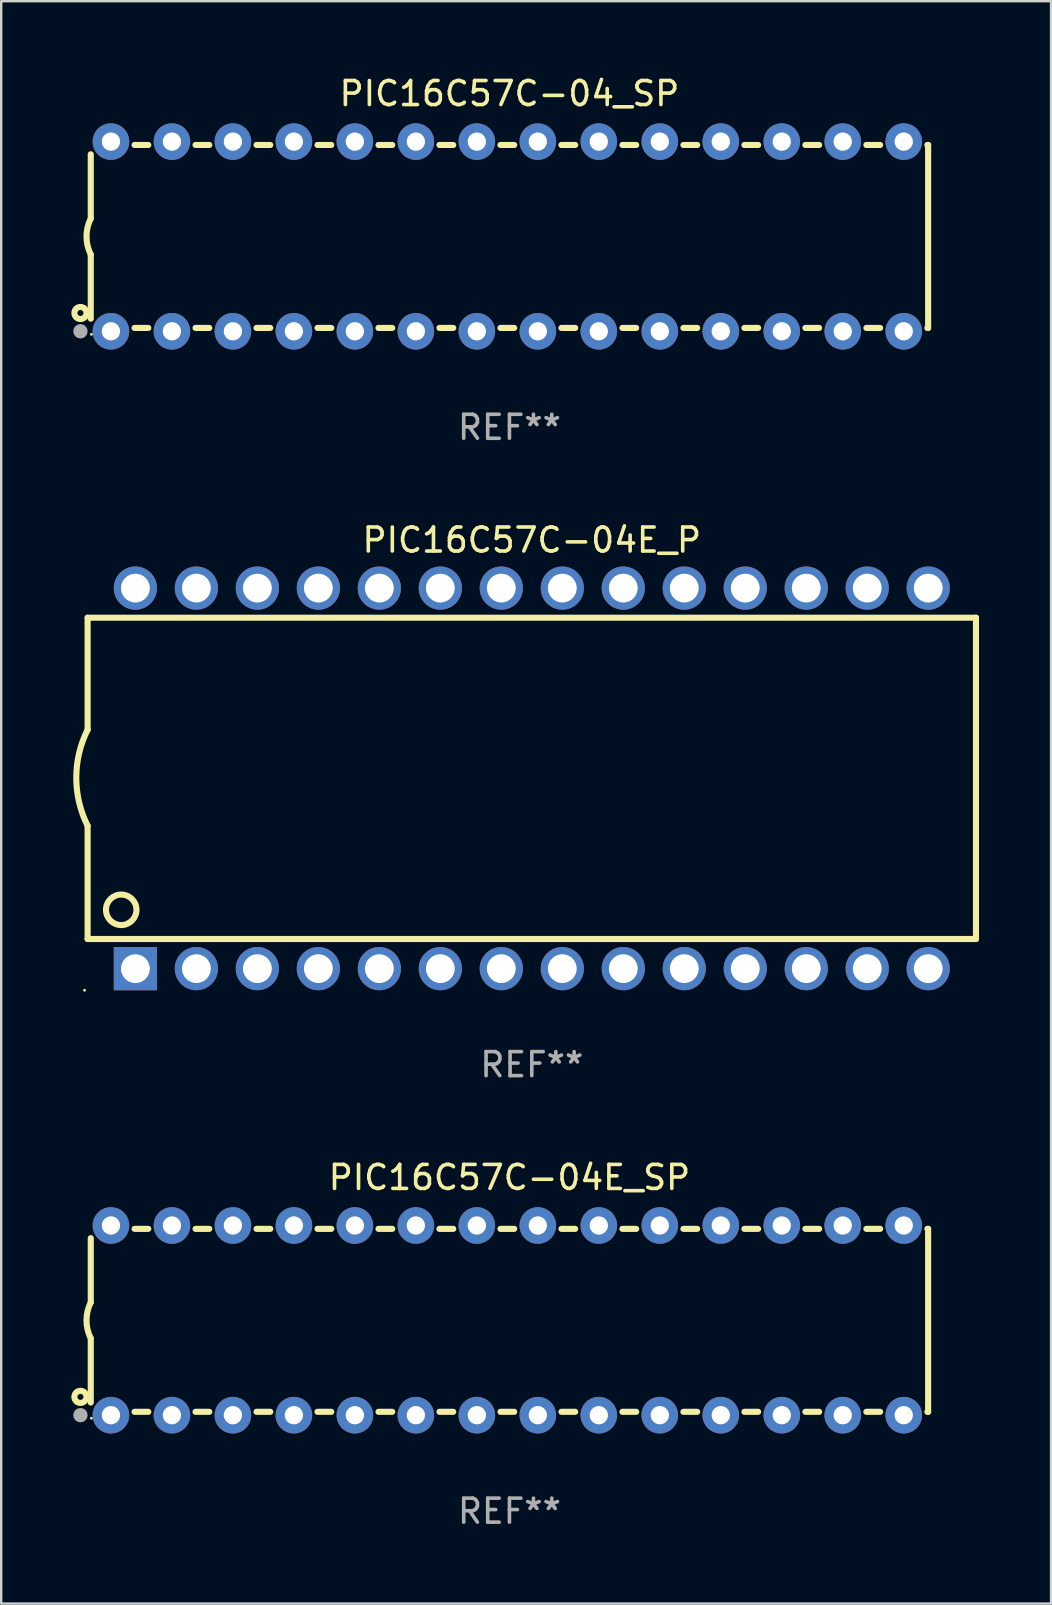
<source format=kicad_pcb>
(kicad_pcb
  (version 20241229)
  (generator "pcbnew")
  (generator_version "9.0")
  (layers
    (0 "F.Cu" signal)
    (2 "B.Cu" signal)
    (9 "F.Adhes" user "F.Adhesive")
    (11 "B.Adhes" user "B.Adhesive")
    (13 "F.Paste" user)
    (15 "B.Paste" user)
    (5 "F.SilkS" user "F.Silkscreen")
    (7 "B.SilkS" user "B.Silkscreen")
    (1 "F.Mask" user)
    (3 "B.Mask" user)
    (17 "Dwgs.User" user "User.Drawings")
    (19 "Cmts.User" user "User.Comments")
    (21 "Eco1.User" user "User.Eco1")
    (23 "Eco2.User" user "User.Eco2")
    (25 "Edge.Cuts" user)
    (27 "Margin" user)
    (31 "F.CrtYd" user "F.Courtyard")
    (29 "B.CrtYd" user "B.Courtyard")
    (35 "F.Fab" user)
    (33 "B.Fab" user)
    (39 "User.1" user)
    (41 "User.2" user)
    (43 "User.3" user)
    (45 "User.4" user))
  (footprint "PIC16C57C-04E_SP"
    (layer "F.Cu")
    (at 18.168 51.941)
    (property "Reference" "PIC16C57C-04E_SP" (at 0 -5.95 0) (layer "F.SilkS") (effects (font (size 1 1) (thickness 0.15))))
    (attr through_hole)
    (fp_line (start -17.438 0.75) (end -17.438 3.423) (stroke (width 0.254) (type solid)) (layer "F.SilkS"))
    (fp_line (start -17.438 -3.423) (end -17.438 -0.75) (stroke (width 0.254) (type solid)) (layer "F.SilkS"))
    (fp_line (start -15.615 3.81) (end -15.041 3.81) (stroke (width 0.254) (type solid)) (layer "F.SilkS"))
    (fp_line (start -15.041 -3.81) (end -15.614 -3.81) (stroke (width 0.254) (type solid)) (layer "F.SilkS"))
    (fp_line (start -13.075 3.81) (end -12.501 3.81) (stroke (width 0.254) (type solid)) (layer "F.SilkS"))
    (fp_line (start -12.501 -3.81) (end -13.074 -3.81) (stroke (width 0.254) (type solid)) (layer "F.SilkS"))
    (fp_line (start -10.535 3.81) (end -9.961 3.81) (stroke (width 0.254) (type solid)) (layer "F.SilkS"))
    (fp_line (start -9.961 -3.81) (end -10.534 -3.81) (stroke (width 0.254) (type solid)) (layer "F.SilkS"))
    (fp_line (start -7.995 3.81) (end -7.421 3.81) (stroke (width 0.254) (type solid)) (layer "F.SilkS"))
    (fp_line (start -7.421 -3.81) (end -7.995 -3.81) (stroke (width 0.254) (type solid)) (layer "F.SilkS"))
    (fp_line (start -5.455 3.81) (end -4.881 3.81) (stroke (width 0.254) (type solid)) (layer "F.SilkS"))
    (fp_line (start -4.881 -3.81) (end -5.455 -3.81) (stroke (width 0.254) (type solid)) (layer "F.SilkS"))
    (fp_line (start -2.915 3.81) (end -2.341 3.81) (stroke (width 0.254) (type solid)) (layer "F.SilkS"))
    (fp_line (start -2.341 -3.81) (end -2.915 -3.81) (stroke (width 0.254) (type solid)) (layer "F.SilkS"))
    (fp_line (start -0.375 3.81) (end 0.199 3.81) (stroke (width 0.254) (type solid)) (layer "F.SilkS"))
    (fp_line (start 0.199 -3.81) (end -0.375 -3.81) (stroke (width 0.254) (type solid)) (layer "F.SilkS"))
    (fp_line (start 2.165 3.81) (end 2.739 3.81) (stroke (width 0.254) (type solid)) (layer "F.SilkS"))
    (fp_line (start 2.739 -3.81) (end 2.165 -3.81) (stroke (width 0.254) (type solid)) (layer "F.SilkS"))
    (fp_line (start 4.705 3.81) (end 5.279 3.81) (stroke (width 0.254) (type solid)) (layer "F.SilkS"))
    (fp_line (start 5.279 -3.81) (end 4.705 -3.81) (stroke (width 0.254) (type solid)) (layer "F.SilkS"))
    (fp_line (start 7.245 3.81) (end 7.819 3.81) (stroke (width 0.254) (type solid)) (layer "F.SilkS"))
    (fp_line (start 7.819 -3.81) (end 7.245 -3.81) (stroke (width 0.254) (type solid)) (layer "F.SilkS"))
    (fp_line (start 9.785 3.81) (end 10.359 3.81) (stroke (width 0.254) (type solid)) (layer "F.SilkS"))
    (fp_line (start 10.359 -3.81) (end 9.785 -3.81) (stroke (width 0.254) (type solid)) (layer "F.SilkS"))
    (fp_line (start 12.325 3.81) (end 12.899 3.81) (stroke (width 0.254) (type solid)) (layer "F.SilkS"))
    (fp_line (start 12.899 -3.81) (end 12.325 -3.81) (stroke (width 0.254) (type solid)) (layer "F.SilkS"))
    (fp_line (start 14.865 3.81) (end 15.439 3.81) (stroke (width 0.254) (type solid)) (layer "F.SilkS"))
    (fp_line (start 15.439 -3.81) (end 14.865 -3.81) (stroke (width 0.254) (type solid)) (layer "F.SilkS"))
    (fp_line (start 17.405 3.81) (end 17.438 3.81) (stroke (width 0.254) (type solid)) (layer "F.SilkS"))
    (fp_line (start 17.438 -3.81) (end 17.405 -3.81) (stroke (width 0.254) (type solid)) (layer "F.SilkS"))
    (fp_line (start 17.438 -3.556) (end 17.438 -3.81) (stroke (width 0.254) (type solid)) (layer "F.SilkS"))
    (fp_line (start 17.438 3.81) (end 17.438 -3.556) (stroke (width 0.254) (type solid)) (layer "F.SilkS"))
    (fp_arc (start -17.437986 0.749657) (mid -17.614887 -0.000024) (end -17.437783 -0.749657) (stroke (width 0.254001) (type solid)) (layer "F.SilkS"))
    (fp_circle (center -17.868 3.188) (end -17.743 3.188) (stroke (width 0.254) (type solid)) (fill no) (layer "F.SilkS"))
    (fp_circle (center -17.411 4.077) (end -17.381 4.077) (stroke (width 0.06) (type solid)) (fill no) (layer "F.SilkS"))
    (fp_circle (center -17.868 3.95) (end -17.718 3.95) (stroke (width 0.3) (type solid)) (fill no) (layer "F.Fab"))
    (fp_text user "REF**" (at 0 7.95 0) (layer "F.Fab") (effects (font (size 1 1) (thickness 0.15))))
    (pad "1" thru_hole circle (at -16.598 3.95) (size 1.524 1.524) (drill 0.762) (layers "*.Cu" "*.Mask"))
    (pad "2" thru_hole circle (at -14.058 3.95) (size 1.524 1.524) (drill 0.762) (layers "*.Cu" "*.Mask"))
    (pad "3" thru_hole circle (at -11.518 3.95) (size 1.524 1.524) (drill 0.762) (layers "*.Cu" "*.Mask"))
    (pad "4" thru_hole circle (at -8.978 3.95) (size 1.524 1.524) (drill 0.762) (layers "*.Cu" "*.Mask"))
    (pad "5" thru_hole circle (at -6.438 3.95) (size 1.524 1.524) (drill 0.762) (layers "*.Cu" "*.Mask"))
    (pad "6" thru_hole circle (at -3.898 3.95) (size 1.524 1.524) (drill 0.762) (layers "*.Cu" "*.Mask"))
    (pad "7" thru_hole circle (at -1.358 3.95) (size 1.524 1.524) (drill 0.762) (layers "*.Cu" "*.Mask"))
    (pad "8" thru_hole circle (at 1.182 3.95) (size 1.524 1.524) (drill 0.762) (layers "*.Cu" "*.Mask"))
    (pad "9" thru_hole circle (at 3.722 3.95) (size 1.524 1.524) (drill 0.762) (layers "*.Cu" "*.Mask"))
    (pad "10" thru_hole circle (at 6.262 3.95) (size 1.524 1.524) (drill 0.762) (layers "*.Cu" "*.Mask"))
    (pad "11" thru_hole circle (at 8.802 3.95) (size 1.524 1.524) (drill 0.762) (layers "*.Cu" "*.Mask"))
    (pad "12" thru_hole circle (at 11.342 3.95) (size 1.524 1.524) (drill 0.762) (layers "*.Cu" "*.Mask"))
    (pad "13" thru_hole circle (at 13.882 3.95) (size 1.524 1.524) (drill 0.762) (layers "*.Cu" "*.Mask"))
    (pad "14" thru_hole circle (at 16.422 3.95) (size 1.524 1.524) (drill 0.762) (layers "*.Cu" "*.Mask"))
    (pad "15" thru_hole circle (at 16.422 -3.95) (size 1.524 1.524) (drill 0.762) (layers "*.Cu" "*.Mask"))
    (pad "16" thru_hole circle (at 13.882 -3.95) (size 1.524 1.524) (drill 0.762) (layers "*.Cu" "*.Mask"))
    (pad "17" thru_hole circle (at 11.342 -3.95) (size 1.524 1.524) (drill 0.762) (layers "*.Cu" "*.Mask"))
    (pad "18" thru_hole circle (at 8.802 -3.95) (size 1.524 1.524) (drill 0.762) (layers "*.Cu" "*.Mask"))
    (pad "19" thru_hole circle (at 6.262 -3.95) (size 1.524 1.524) (drill 0.762) (layers "*.Cu" "*.Mask"))
    (pad "20" thru_hole circle (at 3.722 -3.95) (size 1.524 1.524) (drill 0.762) (layers "*.Cu" "*.Mask"))
    (pad "21" thru_hole circle (at 1.182 -3.95) (size 1.524 1.524) (drill 0.762) (layers "*.Cu" "*.Mask"))
    (pad "22" thru_hole circle (at -1.358 -3.95) (size 1.524 1.524) (drill 0.762) (layers "*.Cu" "*.Mask"))
    (pad "23" thru_hole circle (at -3.898 -3.95) (size 1.524 1.524) (drill 0.762) (layers "*.Cu" "*.Mask"))
    (pad "24" thru_hole circle (at -6.438 -3.95) (size 1.524 1.524) (drill 0.762) (layers "*.Cu" "*.Mask"))
    (pad "25" thru_hole circle (at -8.978 -3.95) (size 1.524 1.524) (drill 0.762) (layers "*.Cu" "*.Mask"))
    (pad "26" thru_hole circle (at -11.517 -3.95) (size 1.524 1.524) (drill 0.762) (layers "*.Cu" "*.Mask"))
    (pad "27" thru_hole circle (at -14.057 -3.95) (size 1.524 1.524) (drill 0.762) (layers "*.Cu" "*.Mask"))
    (pad "28" thru_hole circle (at -16.597 -3.95) (size 1.524 1.524) (drill 0.762) (layers "*.Cu" "*.Mask")))
  (footprint "PIC16C57C-04_SP"
    (layer "F.Cu")
    (at 18.168 6.798)
    (property "Reference" "PIC16C57C-04_SP" (at 0 -5.95 0) (layer "F.SilkS") (effects (font (size 1 1) (thickness 0.15))))
    (attr through_hole)
    (fp_line (start -17.438 0.75) (end -17.438 3.423) (stroke (width 0.254) (type solid)) (layer "F.SilkS"))
    (fp_line (start -17.438 -3.423) (end -17.438 -0.75) (stroke (width 0.254) (type solid)) (layer "F.SilkS"))
    (fp_line (start -15.615 3.81) (end -15.041 3.81) (stroke (width 0.254) (type solid)) (layer "F.SilkS"))
    (fp_line (start -15.041 -3.81) (end -15.614 -3.81) (stroke (width 0.254) (type solid)) (layer "F.SilkS"))
    (fp_line (start -13.075 3.81) (end -12.501 3.81) (stroke (width 0.254) (type solid)) (layer "F.SilkS"))
    (fp_line (start -12.501 -3.81) (end -13.074 -3.81) (stroke (width 0.254) (type solid)) (layer "F.SilkS"))
    (fp_line (start -10.535 3.81) (end -9.961 3.81) (stroke (width 0.254) (type solid)) (layer "F.SilkS"))
    (fp_line (start -9.961 -3.81) (end -10.534 -3.81) (stroke (width 0.254) (type solid)) (layer "F.SilkS"))
    (fp_line (start -7.995 3.81) (end -7.421 3.81) (stroke (width 0.254) (type solid)) (layer "F.SilkS"))
    (fp_line (start -7.421 -3.81) (end -7.995 -3.81) (stroke (width 0.254) (type solid)) (layer "F.SilkS"))
    (fp_line (start -5.455 3.81) (end -4.881 3.81) (stroke (width 0.254) (type solid)) (layer "F.SilkS"))
    (fp_line (start -4.881 -3.81) (end -5.455 -3.81) (stroke (width 0.254) (type solid)) (layer "F.SilkS"))
    (fp_line (start -2.915 3.81) (end -2.341 3.81) (stroke (width 0.254) (type solid)) (layer "F.SilkS"))
    (fp_line (start -2.341 -3.81) (end -2.915 -3.81) (stroke (width 0.254) (type solid)) (layer "F.SilkS"))
    (fp_line (start -0.375 3.81) (end 0.199 3.81) (stroke (width 0.254) (type solid)) (layer "F.SilkS"))
    (fp_line (start 0.199 -3.81) (end -0.375 -3.81) (stroke (width 0.254) (type solid)) (layer "F.SilkS"))
    (fp_line (start 2.165 3.81) (end 2.739 3.81) (stroke (width 0.254) (type solid)) (layer "F.SilkS"))
    (fp_line (start 2.739 -3.81) (end 2.165 -3.81) (stroke (width 0.254) (type solid)) (layer "F.SilkS"))
    (fp_line (start 4.705 3.81) (end 5.279 3.81) (stroke (width 0.254) (type solid)) (layer "F.SilkS"))
    (fp_line (start 5.279 -3.81) (end 4.705 -3.81) (stroke (width 0.254) (type solid)) (layer "F.SilkS"))
    (fp_line (start 7.245 3.81) (end 7.819 3.81) (stroke (width 0.254) (type solid)) (layer "F.SilkS"))
    (fp_line (start 7.819 -3.81) (end 7.245 -3.81) (stroke (width 0.254) (type solid)) (layer "F.SilkS"))
    (fp_line (start 9.785 3.81) (end 10.359 3.81) (stroke (width 0.254) (type solid)) (layer "F.SilkS"))
    (fp_line (start 10.359 -3.81) (end 9.785 -3.81) (stroke (width 0.254) (type solid)) (layer "F.SilkS"))
    (fp_line (start 12.325 3.81) (end 12.899 3.81) (stroke (width 0.254) (type solid)) (layer "F.SilkS"))
    (fp_line (start 12.899 -3.81) (end 12.325 -3.81) (stroke (width 0.254) (type solid)) (layer "F.SilkS"))
    (fp_line (start 14.865 3.81) (end 15.439 3.81) (stroke (width 0.254) (type solid)) (layer "F.SilkS"))
    (fp_line (start 15.439 -3.81) (end 14.865 -3.81) (stroke (width 0.254) (type solid)) (layer "F.SilkS"))
    (fp_line (start 17.405 3.81) (end 17.438 3.81) (stroke (width 0.254) (type solid)) (layer "F.SilkS"))
    (fp_line (start 17.438 -3.81) (end 17.405 -3.81) (stroke (width 0.254) (type solid)) (layer "F.SilkS"))
    (fp_line (start 17.438 -3.556) (end 17.438 -3.81) (stroke (width 0.254) (type solid)) (layer "F.SilkS"))
    (fp_line (start 17.438 3.81) (end 17.438 -3.556) (stroke (width 0.254) (type solid)) (layer "F.SilkS"))
    (fp_arc (start -17.437986 0.749657) (mid -17.614887 -0.000024) (end -17.437783 -0.749657) (stroke (width 0.254001) (type solid)) (layer "F.SilkS"))
    (fp_circle (center -17.868 3.188) (end -17.743 3.188) (stroke (width 0.254) (type solid)) (fill no) (layer "F.SilkS"))
    (fp_circle (center -17.411 4.077) (end -17.381 4.077) (stroke (width 0.06) (type solid)) (fill no) (layer "F.SilkS"))
    (fp_circle (center -17.868 3.95) (end -17.718 3.95) (stroke (width 0.3) (type solid)) (fill no) (layer "F.Fab"))
    (fp_text user "REF**" (at 0 7.95 0) (layer "F.Fab") (effects (font (size 1 1) (thickness 0.15))))
    (pad "1" thru_hole circle (at -16.598 3.95) (size 1.524 1.524) (drill 0.762) (layers "*.Cu" "*.Mask"))
    (pad "2" thru_hole circle (at -14.058 3.95) (size 1.524 1.524) (drill 0.762) (layers "*.Cu" "*.Mask"))
    (pad "3" thru_hole circle (at -11.518 3.95) (size 1.524 1.524) (drill 0.762) (layers "*.Cu" "*.Mask"))
    (pad "4" thru_hole circle (at -8.978 3.95) (size 1.524 1.524) (drill 0.762) (layers "*.Cu" "*.Mask"))
    (pad "5" thru_hole circle (at -6.438 3.95) (size 1.524 1.524) (drill 0.762) (layers "*.Cu" "*.Mask"))
    (pad "6" thru_hole circle (at -3.898 3.95) (size 1.524 1.524) (drill 0.762) (layers "*.Cu" "*.Mask"))
    (pad "7" thru_hole circle (at -1.358 3.95) (size 1.524 1.524) (drill 0.762) (layers "*.Cu" "*.Mask"))
    (pad "8" thru_hole circle (at 1.182 3.95) (size 1.524 1.524) (drill 0.762) (layers "*.Cu" "*.Mask"))
    (pad "9" thru_hole circle (at 3.722 3.95) (size 1.524 1.524) (drill 0.762) (layers "*.Cu" "*.Mask"))
    (pad "10" thru_hole circle (at 6.262 3.95) (size 1.524 1.524) (drill 0.762) (layers "*.Cu" "*.Mask"))
    (pad "11" thru_hole circle (at 8.802 3.95) (size 1.524 1.524) (drill 0.762) (layers "*.Cu" "*.Mask"))
    (pad "12" thru_hole circle (at 11.342 3.95) (size 1.524 1.524) (drill 0.762) (layers "*.Cu" "*.Mask"))
    (pad "13" thru_hole circle (at 13.882 3.95) (size 1.524 1.524) (drill 0.762) (layers "*.Cu" "*.Mask"))
    (pad "14" thru_hole circle (at 16.422 3.95) (size 1.524 1.524) (drill 0.762) (layers "*.Cu" "*.Mask"))
    (pad "15" thru_hole circle (at 16.422 -3.95) (size 1.524 1.524) (drill 0.762) (layers "*.Cu" "*.Mask"))
    (pad "16" thru_hole circle (at 13.882 -3.95) (size 1.524 1.524) (drill 0.762) (layers "*.Cu" "*.Mask"))
    (pad "17" thru_hole circle (at 11.342 -3.95) (size 1.524 1.524) (drill 0.762) (layers "*.Cu" "*.Mask"))
    (pad "18" thru_hole circle (at 8.802 -3.95) (size 1.524 1.524) (drill 0.762) (layers "*.Cu" "*.Mask"))
    (pad "19" thru_hole circle (at 6.262 -3.95) (size 1.524 1.524) (drill 0.762) (layers "*.Cu" "*.Mask"))
    (pad "20" thru_hole circle (at 3.722 -3.95) (size 1.524 1.524) (drill 0.762) (layers "*.Cu" "*.Mask"))
    (pad "21" thru_hole circle (at 1.182 -3.95) (size 1.524 1.524) (drill 0.762) (layers "*.Cu" "*.Mask"))
    (pad "22" thru_hole circle (at -1.358 -3.95) (size 1.524 1.524) (drill 0.762) (layers "*.Cu" "*.Mask"))
    (pad "23" thru_hole circle (at -3.898 -3.95) (size 1.524 1.524) (drill 0.762) (layers "*.Cu" "*.Mask"))
    (pad "24" thru_hole circle (at -6.438 -3.95) (size 1.524 1.524) (drill 0.762) (layers "*.Cu" "*.Mask"))
    (pad "25" thru_hole circle (at -8.978 -3.95) (size 1.524 1.524) (drill 0.762) (layers "*.Cu" "*.Mask"))
    (pad "26" thru_hole circle (at -11.517 -3.95) (size 1.524 1.524) (drill 0.762) (layers "*.Cu" "*.Mask"))
    (pad "27" thru_hole circle (at -14.057 -3.95) (size 1.524 1.524) (drill 0.762) (layers "*.Cu" "*.Mask"))
    (pad "28" thru_hole circle (at -16.597 -3.95) (size 1.524 1.524) (drill 0.762) (layers "*.Cu" "*.Mask")))
  (footprint "PIC16C57C-04E_P"
    (layer "F.Cu")
    (at 19.099 29.369)
    (property "Reference" "PIC16C57C-04E_P" (at 0 -9.925 0) (layer "F.SilkS") (effects (font (size 1 1) (thickness 0.15))))
    (attr through_hole)
    (fp_line (start -18.5 -6.692) (end -18.5 -2.026) (stroke (width 0.254) (type solid)) (layer "F.SilkS"))
    (fp_line (start -18.5 6.689) (end -18.5 1.974) (stroke (width 0.254) (type solid)) (layer "F.SilkS"))
    (fp_line (start -18.5 6.689) (end 18.5 6.689) (stroke (width 0.254) (type solid)) (layer "F.SilkS"))
    (fp_line (start 18.5 -6.692) (end -18.5 -6.692) (stroke (width 0.254) (type solid)) (layer "F.SilkS"))
    (fp_line (start 18.5 6.689) (end 18.5 -6.692) (stroke (width 0.254) (type solid)) (layer "F.SilkS"))
    (fp_arc (start -18.500051 1.974346) (mid -18.972187 -0.025654) (end -18.500051 -2.025654) (stroke (width 0.254001) (type solid)) (layer "F.SilkS"))
    (fp_circle (center -18.627 8.824) (end -18.597 8.824) (stroke (width 0.06) (type solid)) (fill no) (layer "F.SilkS"))
    (fp_circle (center -17.1 5.474) (end -16.465 5.474) (stroke (width 0.254) (type solid)) (fill no) (layer "F.SilkS"))
    (fp_text user "REF**" (at 0 11.925 0) (layer "F.Fab") (effects (font (size 1 1) (thickness 0.15))))
    (pad "1" thru_hole rect (at -16.51 7.925) (size 1.8 1.8) (drill 1.2) (layers "*.Cu" "*.Mask"))
    (pad "2" thru_hole circle (at -13.97 7.924) (size 1.8 1.8) (drill 1.2) (layers "*.Cu" "*.Mask"))
    (pad "3" thru_hole circle (at -11.43 7.924) (size 1.8 1.8) (drill 1.2) (layers "*.Cu" "*.Mask"))
    (pad "4" thru_hole circle (at -8.89 7.924) (size 1.8 1.8) (drill 1.2) (layers "*.Cu" "*.Mask"))
    (pad "5" thru_hole circle (at -6.35 7.924) (size 1.8 1.8) (drill 1.2) (layers "*.Cu" "*.Mask"))
    (pad "6" thru_hole circle (at -3.81 7.924) (size 1.8 1.8) (drill 1.2) (layers "*.Cu" "*.Mask"))
    (pad "7" thru_hole circle (at -1.27 7.924) (size 1.8 1.8) (drill 1.2) (layers "*.Cu" "*.Mask"))
    (pad "8" thru_hole circle (at 1.27 7.924) (size 1.8 1.8) (drill 1.2) (layers "*.Cu" "*.Mask"))
    (pad "9" thru_hole circle (at 3.81 7.924) (size 1.8 1.8) (drill 1.2) (layers "*.Cu" "*.Mask"))
    (pad "10" thru_hole circle (at 6.35 7.924) (size 1.8 1.8) (drill 1.2) (layers "*.Cu" "*.Mask"))
    (pad "11" thru_hole circle (at 8.89 7.924) (size 1.8 1.8) (drill 1.2) (layers "*.Cu" "*.Mask"))
    (pad "12" thru_hole circle (at 11.43 7.924) (size 1.8 1.8) (drill 1.2) (layers "*.Cu" "*.Mask"))
    (pad "13" thru_hole circle (at 13.97 7.924) (size 1.8 1.8) (drill 1.2) (layers "*.Cu" "*.Mask"))
    (pad "14" thru_hole circle (at 16.51 7.924) (size 1.8 1.8) (drill 1.2) (layers "*.Cu" "*.Mask"))
    (pad "15" thru_hole circle (at 16.51 -7.925) (size 1.8 1.8) (drill 1.2) (layers "*.Cu" "*.Mask"))
    (pad "16" thru_hole circle (at 13.97 -7.925) (size 1.8 1.8) (drill 1.2) (layers "*.Cu" "*.Mask"))
    (pad "17" thru_hole circle (at 11.43 -7.925) (size 1.8 1.8) (drill 1.2) (layers "*.Cu" "*.Mask"))
    (pad "18" thru_hole circle (at 8.89 -7.925) (size 1.8 1.8) (drill 1.2) (layers "*.Cu" "*.Mask"))
    (pad "19" thru_hole circle (at 6.35 -7.925) (size 1.8 1.8) (drill 1.2) (layers "*.Cu" "*.Mask"))
    (pad "20" thru_hole circle (at 3.81 -7.925) (size 1.8 1.8) (drill 1.2) (layers "*.Cu" "*.Mask"))
    (pad "21" thru_hole circle (at 1.27 -7.925) (size 1.8 1.8) (drill 1.2) (layers "*.Cu" "*.Mask"))
    (pad "22" thru_hole circle (at -1.27 -7.925) (size 1.8 1.8) (drill 1.2) (layers "*.Cu" "*.Mask"))
    (pad "23" thru_hole circle (at -3.81 -7.925) (size 1.8 1.8) (drill 1.2) (layers "*.Cu" "*.Mask"))
    (pad "24" thru_hole circle (at -6.35 -7.925) (size 1.8 1.8) (drill 1.2) (layers "*.Cu" "*.Mask"))
    (pad "25" thru_hole circle (at -8.89 -7.925) (size 1.8 1.8) (drill 1.2) (layers "*.Cu" "*.Mask"))
    (pad "26" thru_hole circle (at -11.43 -7.925) (size 1.8 1.8) (drill 1.2) (layers "*.Cu" "*.Mask"))
    (pad "27" thru_hole circle (at -13.97 -7.925) (size 1.8 1.8) (drill 1.2) (layers "*.Cu" "*.Mask"))
    (pad "28" thru_hole circle (at -16.51 -7.925) (size 1.8 1.8) (drill 1.2) (layers "*.Cu" "*.Mask")))
  (gr_rect
    (start -3 -3)
    (end 40.726 63.739)
    (stroke (width 0.1) (type default))
    (fill no)
    (layer "Edge.Cuts")))
</source>
